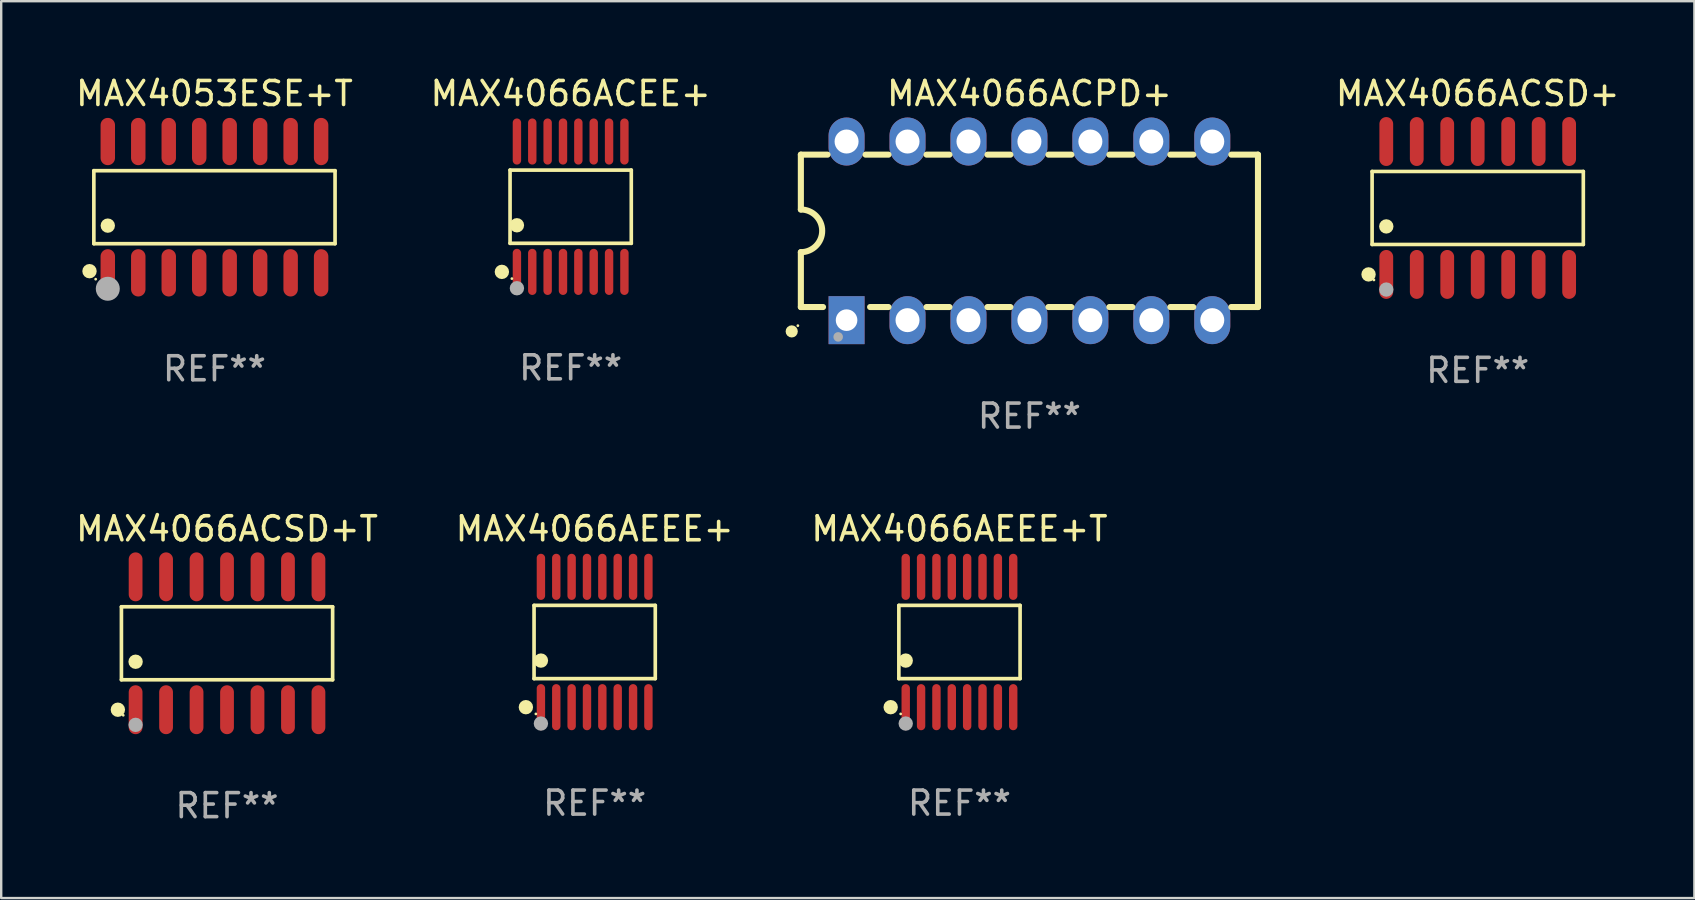
<source format=kicad_pcb>
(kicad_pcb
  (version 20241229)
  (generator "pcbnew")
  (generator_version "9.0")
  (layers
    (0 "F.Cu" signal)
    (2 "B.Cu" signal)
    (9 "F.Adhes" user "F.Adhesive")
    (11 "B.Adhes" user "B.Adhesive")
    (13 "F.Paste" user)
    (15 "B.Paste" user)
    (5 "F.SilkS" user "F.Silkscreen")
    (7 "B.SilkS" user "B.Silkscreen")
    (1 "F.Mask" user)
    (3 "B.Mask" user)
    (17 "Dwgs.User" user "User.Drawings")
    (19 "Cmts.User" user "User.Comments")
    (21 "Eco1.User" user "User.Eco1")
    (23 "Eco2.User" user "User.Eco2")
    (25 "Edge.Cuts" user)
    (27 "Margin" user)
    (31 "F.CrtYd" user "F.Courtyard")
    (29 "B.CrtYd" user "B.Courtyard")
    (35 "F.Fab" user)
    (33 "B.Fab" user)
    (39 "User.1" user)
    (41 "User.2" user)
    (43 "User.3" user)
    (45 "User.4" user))
  (footprint "MAX4053ESE+T"
    (layer "F.Cu")
    (at 5.887 5.584)
    (property "Reference" "MAX4053ESE+T" (at 0 -4.736 0) (layer "F.SilkS") (effects (font (size 1 1) (thickness 0.15))))
    (attr through_hole)
    (fp_line (start -5.026 -1.521) (end 5.026 -1.521) (stroke (width 0.152) (type solid)) (layer "F.SilkS"))
    (fp_line (start -5.026 1.521) (end -5.026 -1.521) (stroke (width 0.152) (type solid)) (layer "F.SilkS"))
    (fp_line (start 5.026 -1.521) (end 5.026 1.521) (stroke (width 0.152) (type solid)) (layer "F.SilkS"))
    (fp_line (start 5.026 1.521) (end -5.026 1.521) (stroke (width 0.152) (type solid)) (layer "F.SilkS"))
    (fp_circle (center -5.207 2.667) (end -5.057 2.667) (stroke (width 0.3) (type solid)) (fill no) (layer "F.SilkS"))
    (fp_circle (center -4.95 3) (end -4.92 3) (stroke (width 0.06) (type solid)) (fill no) (layer "F.SilkS"))
    (fp_circle (center -4.445 0.769) (end -4.295 0.769) (stroke (width 0.3) (type solid)) (fill no) (layer "F.SilkS"))
    (fp_circle (center -4.445 3.4) (end -4.195 3.4) (stroke (width 0.5) (type solid)) (fill no) (layer "F.Fab"))
    (fp_text user "REF**" (at 0 6.736 0) (layer "F.Fab") (effects (font (size 1 1) (thickness 0.15))))
    (pad "1" smd oval (at -4.445 2.736) (size 0.602 1.971) (layers "F.Cu" "F.Mask" "F.Paste"))
    (pad "2" smd oval (at -3.175 2.736) (size 0.602 1.971) (layers "F.Cu" "F.Mask" "F.Paste"))
    (pad "3" smd oval (at -1.905 2.736) (size 0.602 1.971) (layers "F.Cu" "F.Mask" "F.Paste"))
    (pad "4" smd oval (at -0.635 2.736) (size 0.602 1.971) (layers "F.Cu" "F.Mask" "F.Paste"))
    (pad "5" smd oval (at 0.635 2.736) (size 0.602 1.971) (layers "F.Cu" "F.Mask" "F.Paste"))
    (pad "6" smd oval (at 1.905 2.736) (size 0.602 1.971) (layers "F.Cu" "F.Mask" "F.Paste"))
    (pad "7" smd oval (at 3.175 2.736) (size 0.602 1.971) (layers "F.Cu" "F.Mask" "F.Paste"))
    (pad "8" smd oval (at 4.445 2.736) (size 0.602 1.971) (layers "F.Cu" "F.Mask" "F.Paste"))
    (pad "9" smd oval (at 4.445 -2.736) (size 0.602 1.971) (layers "F.Cu" "F.Mask" "F.Paste"))
    (pad "10" smd oval (at 3.175 -2.736) (size 0.602 1.971) (layers "F.Cu" "F.Mask" "F.Paste"))
    (pad "11" smd oval (at 1.905 -2.736) (size 0.602 1.971) (layers "F.Cu" "F.Mask" "F.Paste"))
    (pad "12" smd oval (at 0.635 -2.736) (size 0.602 1.971) (layers "F.Cu" "F.Mask" "F.Paste"))
    (pad "13" smd oval (at -0.635 -2.736) (size 0.602 1.971) (layers "F.Cu" "F.Mask" "F.Paste"))
    (pad "14" smd oval (at -1.905 -2.736) (size 0.602 1.971) (layers "F.Cu" "F.Mask" "F.Paste"))
    (pad "15" smd oval (at -3.175 -2.736) (size 0.602 1.971) (layers "F.Cu" "F.Mask" "F.Paste"))
    (pad "16" smd oval (at -4.445 -2.736) (size 0.602 1.971) (layers "F.Cu" "F.Mask" "F.Paste")))
  (footprint "MAX4066ACEE+"
    (layer "F.Cu")
    (at 20.732 5.564)
    (property "Reference" "MAX4066ACEE+" (at 0 -4.716 0) (layer "F.SilkS") (effects (font (size 1 1) (thickness 0.15))))
    (attr through_hole)
    (fp_line (start -2.526 -1.526) (end 2.526 -1.526) (stroke (width 0.152) (type solid)) (layer "F.SilkS"))
    (fp_line (start -2.526 1.526) (end -2.526 -1.526) (stroke (width 0.152) (type solid)) (layer "F.SilkS"))
    (fp_line (start 2.526 -1.526) (end 2.526 1.526) (stroke (width 0.152) (type solid)) (layer "F.SilkS"))
    (fp_line (start 2.526 1.526) (end -2.526 1.526) (stroke (width 0.152) (type solid)) (layer "F.SilkS"))
    (fp_circle (center -2.867 2.716) (end -2.717 2.716) (stroke (width 0.3) (type solid)) (fill no) (layer "F.SilkS"))
    (fp_circle (center -2.45 2.997) (end -2.42 2.997) (stroke (width 0.06) (type solid)) (fill no) (layer "F.SilkS"))
    (fp_circle (center -2.24 0.774) (end -2.09 0.774) (stroke (width 0.3) (type solid)) (fill no) (layer "F.SilkS"))
    (fp_circle (center -2.24 3.398) (end -2.09 3.398) (stroke (width 0.3) (type solid)) (fill no) (layer "F.Fab"))
    (fp_text user "REF**" (at 0 6.716 0) (layer "F.Fab") (effects (font (size 1 1) (thickness 0.15))))
    (pad "1" smd oval (at -2.24 2.716) (size 0.35 1.922) (layers "F.Cu" "F.Mask" "F.Paste"))
    (pad "2" smd oval (at -1.6 2.716) (size 0.35 1.922) (layers "F.Cu" "F.Mask" "F.Paste"))
    (pad "3" smd oval (at -0.96 2.716) (size 0.35 1.922) (layers "F.Cu" "F.Mask" "F.Paste"))
    (pad "4" smd oval (at -0.32 2.716) (size 0.35 1.922) (layers "F.Cu" "F.Mask" "F.Paste"))
    (pad "5" smd oval (at 0.32 2.716) (size 0.35 1.922) (layers "F.Cu" "F.Mask" "F.Paste"))
    (pad "6" smd oval (at 0.96 2.716) (size 0.35 1.922) (layers "F.Cu" "F.Mask" "F.Paste"))
    (pad "7" smd oval (at 1.6 2.716) (size 0.35 1.922) (layers "F.Cu" "F.Mask" "F.Paste"))
    (pad "8" smd oval (at 2.24 2.716) (size 0.35 1.922) (layers "F.Cu" "F.Mask" "F.Paste"))
    (pad "9" smd oval (at 2.24 -2.716) (size 0.35 1.922) (layers "F.Cu" "F.Mask" "F.Paste"))
    (pad "10" smd oval (at 1.6 -2.716) (size 0.35 1.922) (layers "F.Cu" "F.Mask" "F.Paste"))
    (pad "11" smd oval (at 0.96 -2.716) (size 0.35 1.922) (layers "F.Cu" "F.Mask" "F.Paste"))
    (pad "12" smd oval (at 0.32 -2.716) (size 0.35 1.922) (layers "F.Cu" "F.Mask" "F.Paste"))
    (pad "13" smd oval (at -0.32 -2.716) (size 0.35 1.922) (layers "F.Cu" "F.Mask" "F.Paste"))
    (pad "14" smd oval (at -0.96 -2.716) (size 0.35 1.922) (layers "F.Cu" "F.Mask" "F.Paste"))
    (pad "15" smd oval (at -1.6 -2.716) (size 0.35 1.922) (layers "F.Cu" "F.Mask" "F.Paste"))
    (pad "16" smd oval (at -2.24 -2.716) (size 0.35 1.922) (layers "F.Cu" "F.Mask" "F.Paste")))
  (footprint "MAX4066ACPD+"
    (layer "F.Cu")
    (at 39.85 6.57)
    (property "Reference" "MAX4066ACPD+" (at 0 -5.722 0) (layer "F.SilkS") (effects (font (size 1 1) (thickness 0.15))))
    (attr through_hole)
    (fp_line (start -9.525 -3.175) (end -9.525 -0.889) (stroke (width 0.254) (type solid)) (layer "F.SilkS"))
    (fp_line (start -9.525 -3.175) (end -8.414 -3.175) (stroke (width 0.254) (type solid)) (layer "F.SilkS"))
    (fp_line (start -9.525 3.175) (end -9.525 0.889) (stroke (width 0.254) (type solid)) (layer "F.SilkS"))
    (fp_line (start -8.601 3.175) (end -9.525 3.175) (stroke (width 0.254) (type solid)) (layer "F.SilkS"))
    (fp_line (start -6.826 -3.175) (end -5.874 -3.175) (stroke (width 0.254) (type solid)) (layer "F.SilkS"))
    (fp_line (start -5.874 3.175) (end -6.639 3.175) (stroke (width 0.254) (type solid)) (layer "F.SilkS"))
    (fp_line (start -4.286 -3.175) (end -3.334 -3.175) (stroke (width 0.254) (type solid)) (layer "F.SilkS"))
    (fp_line (start -3.334 3.175) (end -4.286 3.175) (stroke (width 0.254) (type solid)) (layer "F.SilkS"))
    (fp_line (start -1.746 -3.175) (end -0.794 -3.175) (stroke (width 0.254) (type solid)) (layer "F.SilkS"))
    (fp_line (start -0.794 3.175) (end -1.746 3.175) (stroke (width 0.254) (type solid)) (layer "F.SilkS"))
    (fp_line (start 0.794 -3.175) (end 1.746 -3.175) (stroke (width 0.254) (type solid)) (layer "F.SilkS"))
    (fp_line (start 1.746 3.175) (end 0.794 3.175) (stroke (width 0.254) (type solid)) (layer "F.SilkS"))
    (fp_line (start 3.334 -3.175) (end 4.286 -3.175) (stroke (width 0.254) (type solid)) (layer "F.SilkS"))
    (fp_line (start 4.286 3.175) (end 3.334 3.175) (stroke (width 0.254) (type solid)) (layer "F.SilkS"))
    (fp_line (start 5.874 -3.175) (end 6.826 -3.175) (stroke (width 0.254) (type solid)) (layer "F.SilkS"))
    (fp_line (start 6.826 3.175) (end 5.874 3.175) (stroke (width 0.254) (type solid)) (layer "F.SilkS"))
    (fp_line (start 8.414 -3.175) (end 9.525 -3.175) (stroke (width 0.254) (type solid)) (layer "F.SilkS"))
    (fp_line (start 9.525 -3.175) (end 9.525 3.175) (stroke (width 0.254) (type solid)) (layer "F.SilkS"))
    (fp_line (start 9.525 3.175) (end 8.414 3.175) (stroke (width 0.254) (type solid)) (layer "F.SilkS"))
    (fp_arc (start -9.525019 -0.889002) (mid -8.636017 0) (end -9.525019 0.889002) (stroke (width 0.254001) (type solid)) (layer "F.SilkS"))
    (fp_circle (center -9.906 4.191) (end -9.779 4.191) (stroke (width 0.254) (type solid)) (fill no) (layer "F.SilkS"))
    (fp_circle (center -9.65 3.952) (end -9.62 3.952) (stroke (width 0.06) (type solid)) (fill no) (layer "F.SilkS"))
    (fp_circle (center -7.97 4.42) (end -7.87 4.42) (stroke (width 0.2) (type solid)) (fill no) (layer "F.Fab"))
    (fp_text user "REF**" (at 0 7.722 0) (layer "F.Fab") (effects (font (size 1 1) (thickness 0.15))))
    (pad "1" thru_hole rect (at -7.62 3.722 90) (size 2 1.5) (drill 0.9) (layers "*.Cu" "*.Mask"))
    (pad "2" thru_hole oval (at -5.08 3.722 90) (size 2 1.5) (drill 1) (layers "*.Cu" "*.Mask"))
    (pad "3" thru_hole oval (at -2.54 3.722 90) (size 2 1.5) (drill 1) (layers "*.Cu" "*.Mask"))
    (pad "4" thru_hole oval (at 0 3.722 90) (size 2 1.5) (drill 1) (layers "*.Cu" "*.Mask"))
    (pad "5" thru_hole oval (at 2.54 3.722 90) (size 2 1.5) (drill 1) (layers "*.Cu" "*.Mask"))
    (pad "6" thru_hole oval (at 5.08 3.722 90) (size 2 1.5) (drill 1) (layers "*.Cu" "*.Mask"))
    (pad "7" thru_hole oval (at 7.62 3.722 90) (size 2 1.5) (drill 1) (layers "*.Cu" "*.Mask"))
    (pad "8" thru_hole oval (at 7.62 -3.722 90) (size 2 1.5) (drill 1) (layers "*.Cu" "*.Mask"))
    (pad "9" thru_hole oval (at 5.08 -3.722 90) (size 2 1.5) (drill 1) (layers "*.Cu" "*.Mask"))
    (pad "10" thru_hole oval (at 2.54 -3.722 90) (size 2 1.5) (drill 1) (layers "*.Cu" "*.Mask"))
    (pad "11" thru_hole oval (at 0 -3.722 90) (size 2 1.5) (drill 1) (layers "*.Cu" "*.Mask"))
    (pad "12" thru_hole oval (at -2.54 -3.722 90) (size 2 1.5) (drill 1) (layers "*.Cu" "*.Mask"))
    (pad "13" thru_hole oval (at -5.08 -3.722 90) (size 2 1.5) (drill 1) (layers "*.Cu" "*.Mask"))
    (pad "14" thru_hole oval (at -7.62 -3.722 90) (size 2 1.5) (drill 1) (layers "*.Cu" "*.Mask")))
  (footprint "MAX4066AEEE+T"
    (layer "F.Cu")
    (at 36.935 23.705)
    (property "Reference" "MAX4066AEEE+T" (at 0 -4.716 0) (layer "F.SilkS") (effects (font (size 1 1) (thickness 0.15))))
    (attr through_hole)
    (fp_line (start -2.526 -1.526) (end 2.526 -1.526) (stroke (width 0.152) (type solid)) (layer "F.SilkS"))
    (fp_line (start -2.526 1.526) (end -2.526 -1.526) (stroke (width 0.152) (type solid)) (layer "F.SilkS"))
    (fp_line (start 2.526 -1.526) (end 2.526 1.526) (stroke (width 0.152) (type solid)) (layer "F.SilkS"))
    (fp_line (start 2.526 1.526) (end -2.526 1.526) (stroke (width 0.152) (type solid)) (layer "F.SilkS"))
    (fp_circle (center -2.867 2.716) (end -2.717 2.716) (stroke (width 0.3) (type solid)) (fill no) (layer "F.SilkS"))
    (fp_circle (center -2.45 2.997) (end -2.42 2.997) (stroke (width 0.06) (type solid)) (fill no) (layer "F.SilkS"))
    (fp_circle (center -2.24 0.774) (end -2.09 0.774) (stroke (width 0.3) (type solid)) (fill no) (layer "F.SilkS"))
    (fp_circle (center -2.24 3.398) (end -2.09 3.398) (stroke (width 0.3) (type solid)) (fill no) (layer "F.Fab"))
    (fp_text user "REF**" (at 0 6.716 0) (layer "F.Fab") (effects (font (size 1 1) (thickness 0.15))))
    (pad "1" smd oval (at -2.24 2.716) (size 0.35 1.922) (layers "F.Cu" "F.Mask" "F.Paste"))
    (pad "2" smd oval (at -1.6 2.716) (size 0.35 1.922) (layers "F.Cu" "F.Mask" "F.Paste"))
    (pad "3" smd oval (at -0.96 2.716) (size 0.35 1.922) (layers "F.Cu" "F.Mask" "F.Paste"))
    (pad "4" smd oval (at -0.32 2.716) (size 0.35 1.922) (layers "F.Cu" "F.Mask" "F.Paste"))
    (pad "5" smd oval (at 0.32 2.716) (size 0.35 1.922) (layers "F.Cu" "F.Mask" "F.Paste"))
    (pad "6" smd oval (at 0.96 2.716) (size 0.35 1.922) (layers "F.Cu" "F.Mask" "F.Paste"))
    (pad "7" smd oval (at 1.6 2.716) (size 0.35 1.922) (layers "F.Cu" "F.Mask" "F.Paste"))
    (pad "8" smd oval (at 2.24 2.716) (size 0.35 1.922) (layers "F.Cu" "F.Mask" "F.Paste"))
    (pad "9" smd oval (at 2.24 -2.716) (size 0.35 1.922) (layers "F.Cu" "F.Mask" "F.Paste"))
    (pad "10" smd oval (at 1.6 -2.716) (size 0.35 1.922) (layers "F.Cu" "F.Mask" "F.Paste"))
    (pad "11" smd oval (at 0.96 -2.716) (size 0.35 1.922) (layers "F.Cu" "F.Mask" "F.Paste"))
    (pad "12" smd oval (at 0.32 -2.716) (size 0.35 1.922) (layers "F.Cu" "F.Mask" "F.Paste"))
    (pad "13" smd oval (at -0.32 -2.716) (size 0.35 1.922) (layers "F.Cu" "F.Mask" "F.Paste"))
    (pad "14" smd oval (at -0.96 -2.716) (size 0.35 1.922) (layers "F.Cu" "F.Mask" "F.Paste"))
    (pad "15" smd oval (at -1.6 -2.716) (size 0.35 1.922) (layers "F.Cu" "F.Mask" "F.Paste"))
    (pad "16" smd oval (at -2.24 -2.716) (size 0.35 1.922) (layers "F.Cu" "F.Mask" "F.Paste")))
  (footprint "MAX4066ACSD+T"
    (layer "F.Cu")
    (at 6.411 23.758)
    (property "Reference" "MAX4066ACSD+T" (at 0 -4.769 0) (layer "F.SilkS") (effects (font (size 1 1) (thickness 0.15))))
    (attr through_hole)
    (fp_line (start -4.401 -1.521) (end 4.401 -1.521) (stroke (width 0.152) (type solid)) (layer "F.SilkS"))
    (fp_line (start -4.401 1.521) (end -4.401 -1.521) (stroke (width 0.152) (type solid)) (layer "F.SilkS"))
    (fp_line (start 4.401 -1.521) (end 4.401 1.521) (stroke (width 0.152) (type solid)) (layer "F.SilkS"))
    (fp_line (start 4.401 1.521) (end -4.401 1.521) (stroke (width 0.152) (type solid)) (layer "F.SilkS"))
    (fp_circle (center -4.549 2.769) (end -4.399 2.769) (stroke (width 0.3) (type solid)) (fill no) (layer "F.SilkS"))
    (fp_circle (center -4.325 3) (end -4.295 3) (stroke (width 0.06) (type solid)) (fill no) (layer "F.SilkS"))
    (fp_circle (center -3.81 0.769) (end -3.66 0.769) (stroke (width 0.3) (type solid)) (fill no) (layer "F.SilkS"))
    (fp_circle (center -3.81 3.4) (end -3.66 3.4) (stroke (width 0.3) (type solid)) (fill no) (layer "F.Fab"))
    (fp_text user "REF**" (at 0 6.769 0) (layer "F.Fab") (effects (font (size 1 1) (thickness 0.15))))
    (pad "1" smd oval (at -3.81 2.769) (size 0.574 2.038) (layers "F.Cu" "F.Mask" "F.Paste"))
    (pad "2" smd oval (at -2.54 2.769) (size 0.574 2.038) (layers "F.Cu" "F.Mask" "F.Paste"))
    (pad "3" smd oval (at -1.27 2.769) (size 0.574 2.038) (layers "F.Cu" "F.Mask" "F.Paste"))
    (pad "4" smd oval (at 0 2.769) (size 0.574 2.038) (layers "F.Cu" "F.Mask" "F.Paste"))
    (pad "5" smd oval (at 1.27 2.769) (size 0.574 2.038) (layers "F.Cu" "F.Mask" "F.Paste"))
    (pad "6" smd oval (at 2.54 2.769) (size 0.574 2.038) (layers "F.Cu" "F.Mask" "F.Paste"))
    (pad "7" smd oval (at 3.81 2.769) (size 0.574 2.038) (layers "F.Cu" "F.Mask" "F.Paste"))
    (pad "8" smd oval (at 3.81 -2.769) (size 0.574 2.038) (layers "F.Cu" "F.Mask" "F.Paste"))
    (pad "9" smd oval (at 2.54 -2.769) (size 0.574 2.038) (layers "F.Cu" "F.Mask" "F.Paste"))
    (pad "10" smd oval (at 1.27 -2.769) (size 0.574 2.038) (layers "F.Cu" "F.Mask" "F.Paste"))
    (pad "11" smd oval (at 0 -2.769) (size 0.574 2.038) (layers "F.Cu" "F.Mask" "F.Paste"))
    (pad "12" smd oval (at -1.27 -2.769) (size 0.574 2.038) (layers "F.Cu" "F.Mask" "F.Paste"))
    (pad "13" smd oval (at -2.54 -2.769) (size 0.574 2.038) (layers "F.Cu" "F.Mask" "F.Paste"))
    (pad "14" smd oval (at -3.81 -2.769) (size 0.574 2.038) (layers "F.Cu" "F.Mask" "F.Paste")))
  (footprint "MAX4066AEEE+"
    (layer "F.Cu")
    (at 21.732 23.705)
    (property "Reference" "MAX4066AEEE+" (at 0 -4.716 0) (layer "F.SilkS") (effects (font (size 1 1) (thickness 0.15))))
    (attr through_hole)
    (fp_line (start -2.526 -1.526) (end 2.526 -1.526) (stroke (width 0.152) (type solid)) (layer "F.SilkS"))
    (fp_line (start -2.526 1.526) (end -2.526 -1.526) (stroke (width 0.152) (type solid)) (layer "F.SilkS"))
    (fp_line (start 2.526 -1.526) (end 2.526 1.526) (stroke (width 0.152) (type solid)) (layer "F.SilkS"))
    (fp_line (start 2.526 1.526) (end -2.526 1.526) (stroke (width 0.152) (type solid)) (layer "F.SilkS"))
    (fp_circle (center -2.867 2.716) (end -2.717 2.716) (stroke (width 0.3) (type solid)) (fill no) (layer "F.SilkS"))
    (fp_circle (center -2.45 2.997) (end -2.42 2.997) (stroke (width 0.06) (type solid)) (fill no) (layer "F.SilkS"))
    (fp_circle (center -2.24 0.774) (end -2.09 0.774) (stroke (width 0.3) (type solid)) (fill no) (layer "F.SilkS"))
    (fp_circle (center -2.24 3.398) (end -2.09 3.398) (stroke (width 0.3) (type solid)) (fill no) (layer "F.Fab"))
    (fp_text user "REF**" (at 0 6.716 0) (layer "F.Fab") (effects (font (size 1 1) (thickness 0.15))))
    (pad "1" smd oval (at -2.24 2.716) (size 0.35 1.922) (layers "F.Cu" "F.Mask" "F.Paste"))
    (pad "2" smd oval (at -1.6 2.716) (size 0.35 1.922) (layers "F.Cu" "F.Mask" "F.Paste"))
    (pad "3" smd oval (at -0.96 2.716) (size 0.35 1.922) (layers "F.Cu" "F.Mask" "F.Paste"))
    (pad "4" smd oval (at -0.32 2.716) (size 0.35 1.922) (layers "F.Cu" "F.Mask" "F.Paste"))
    (pad "5" smd oval (at 0.32 2.716) (size 0.35 1.922) (layers "F.Cu" "F.Mask" "F.Paste"))
    (pad "6" smd oval (at 0.96 2.716) (size 0.35 1.922) (layers "F.Cu" "F.Mask" "F.Paste"))
    (pad "7" smd oval (at 1.6 2.716) (size 0.35 1.922) (layers "F.Cu" "F.Mask" "F.Paste"))
    (pad "8" smd oval (at 2.24 2.716) (size 0.35 1.922) (layers "F.Cu" "F.Mask" "F.Paste"))
    (pad "9" smd oval (at 2.24 -2.716) (size 0.35 1.922) (layers "F.Cu" "F.Mask" "F.Paste"))
    (pad "10" smd oval (at 1.6 -2.716) (size 0.35 1.922) (layers "F.Cu" "F.Mask" "F.Paste"))
    (pad "11" smd oval (at 0.96 -2.716) (size 0.35 1.922) (layers "F.Cu" "F.Mask" "F.Paste"))
    (pad "12" smd oval (at 0.32 -2.716) (size 0.35 1.922) (layers "F.Cu" "F.Mask" "F.Paste"))
    (pad "13" smd oval (at -0.32 -2.716) (size 0.35 1.922) (layers "F.Cu" "F.Mask" "F.Paste"))
    (pad "14" smd oval (at -0.96 -2.716) (size 0.35 1.922) (layers "F.Cu" "F.Mask" "F.Paste"))
    (pad "15" smd oval (at -1.6 -2.716) (size 0.35 1.922) (layers "F.Cu" "F.Mask" "F.Paste"))
    (pad "16" smd oval (at -2.24 -2.716) (size 0.35 1.922) (layers "F.Cu" "F.Mask" "F.Paste")))
  (footprint "MAX4066ACSD+"
    (layer "F.Cu")
    (at 58.532 5.617)
    (property "Reference" "MAX4066ACSD+" (at 0 -4.769 0) (layer "F.SilkS") (effects (font (size 1 1) (thickness 0.15))))
    (attr through_hole)
    (fp_line (start -4.401 -1.521) (end 4.401 -1.521) (stroke (width 0.152) (type solid)) (layer "F.SilkS"))
    (fp_line (start -4.401 1.521) (end -4.401 -1.521) (stroke (width 0.152) (type solid)) (layer "F.SilkS"))
    (fp_line (start 4.401 -1.521) (end 4.401 1.521) (stroke (width 0.152) (type solid)) (layer "F.SilkS"))
    (fp_line (start 4.401 1.521) (end -4.401 1.521) (stroke (width 0.152) (type solid)) (layer "F.SilkS"))
    (fp_circle (center -4.549 2.769) (end -4.399 2.769) (stroke (width 0.3) (type solid)) (fill no) (layer "F.SilkS"))
    (fp_circle (center -4.325 3) (end -4.295 3) (stroke (width 0.06) (type solid)) (fill no) (layer "F.SilkS"))
    (fp_circle (center -3.81 0.769) (end -3.66 0.769) (stroke (width 0.3) (type solid)) (fill no) (layer "F.SilkS"))
    (fp_circle (center -3.81 3.4) (end -3.66 3.4) (stroke (width 0.3) (type solid)) (fill no) (layer "F.Fab"))
    (fp_text user "REF**" (at 0 6.769 0) (layer "F.Fab") (effects (font (size 1 1) (thickness 0.15))))
    (pad "1" smd oval (at -3.81 2.769) (size 0.574 2.038) (layers "F.Cu" "F.Mask" "F.Paste"))
    (pad "2" smd oval (at -2.54 2.769) (size 0.574 2.038) (layers "F.Cu" "F.Mask" "F.Paste"))
    (pad "3" smd oval (at -1.27 2.769) (size 0.574 2.038) (layers "F.Cu" "F.Mask" "F.Paste"))
    (pad "4" smd oval (at 0 2.769) (size 0.574 2.038) (layers "F.Cu" "F.Mask" "F.Paste"))
    (pad "5" smd oval (at 1.27 2.769) (size 0.574 2.038) (layers "F.Cu" "F.Mask" "F.Paste"))
    (pad "6" smd oval (at 2.54 2.769) (size 0.574 2.038) (layers "F.Cu" "F.Mask" "F.Paste"))
    (pad "7" smd oval (at 3.81 2.769) (size 0.574 2.038) (layers "F.Cu" "F.Mask" "F.Paste"))
    (pad "8" smd oval (at 3.81 -2.769) (size 0.574 2.038) (layers "F.Cu" "F.Mask" "F.Paste"))
    (pad "9" smd oval (at 2.54 -2.769) (size 0.574 2.038) (layers "F.Cu" "F.Mask" "F.Paste"))
    (pad "10" smd oval (at 1.27 -2.769) (size 0.574 2.038) (layers "F.Cu" "F.Mask" "F.Paste"))
    (pad "11" smd oval (at 0 -2.769) (size 0.574 2.038) (layers "F.Cu" "F.Mask" "F.Paste"))
    (pad "12" smd oval (at -1.27 -2.769) (size 0.574 2.038) (layers "F.Cu" "F.Mask" "F.Paste"))
    (pad "13" smd oval (at -2.54 -2.769) (size 0.574 2.038) (layers "F.Cu" "F.Mask" "F.Paste"))
    (pad "14" smd oval (at -3.81 -2.769) (size 0.574 2.038) (layers "F.Cu" "F.Mask" "F.Paste")))
  (gr_rect
    (start -3 -3)
    (end 67.562 34.375)
    (stroke (width 0.1) (type default))
    (fill no)
    (layer "Edge.Cuts")))
</source>
